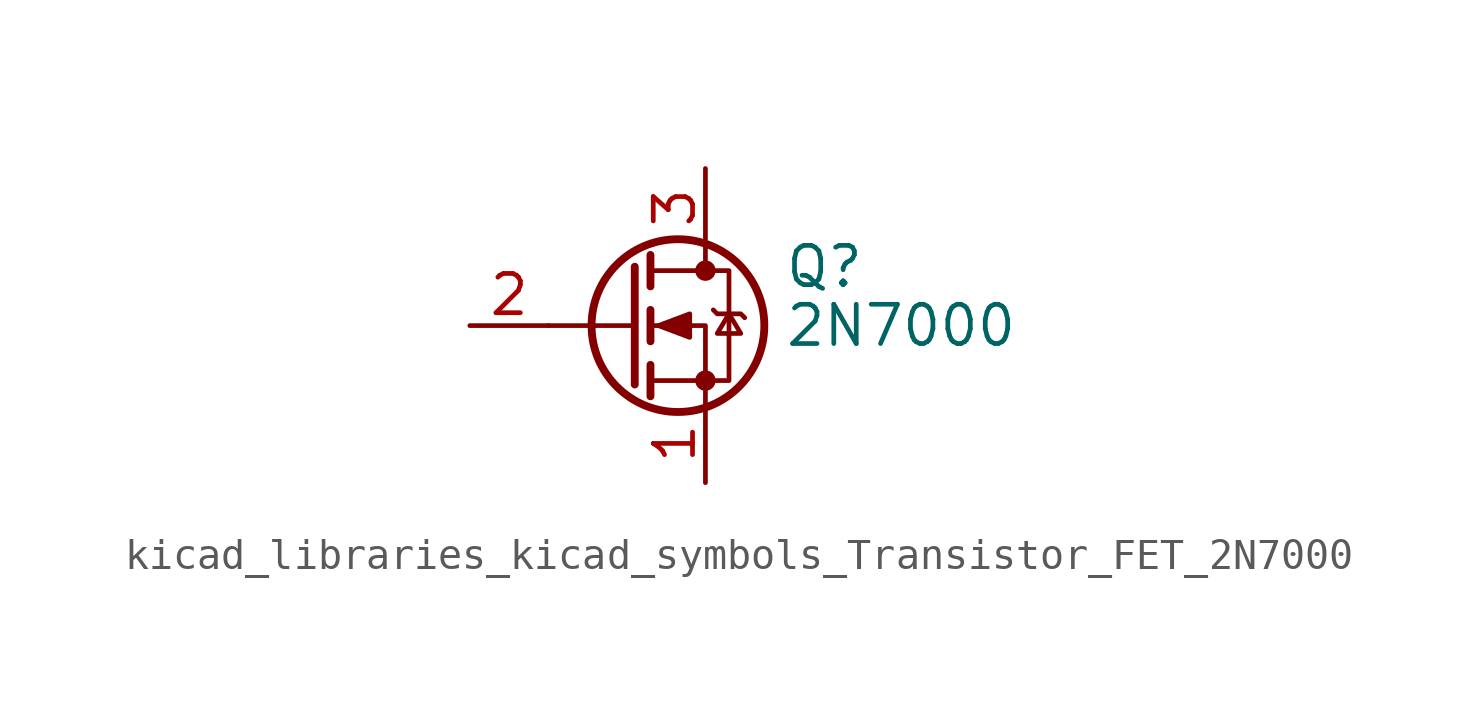
<source format=kicad_sym>
(kicad_symbol_lib
  (version 20220914)
  (generator kicad_symbol_editor)
  (symbol "kicad_libraries_kicad_symbols_Transistor_FET_2N7000"
    (pin_names hide)
    (property "Reference" "Q"
      (at 5.08 1.905 0)
      (effects (font (size 1.27 1.27)) (justify left)))
    (property "Value" "2N7000"
      (at 5.08 0 0)
      (effects (font (size 1.27 1.27)) (justify left)))
    (symbol "kicad_libraries_kicad_symbols_Transistor_FET_2N7000_0_1"
      (polyline (pts (xy 0.254 0) (xy -2.54 0)) (stroke (width 0) (type default)) (fill (type none)))
      (polyline (pts (xy 0.254 1.905) (xy 0.254 -1.905)) (stroke (width 0.254) (type default)) (fill (type none)))
      (polyline (pts (xy 0.762 -1.27) (xy 0.762 -2.286)) (stroke (width 0.254) (type default)) (fill (type none)))
      (polyline (pts (xy 0.762 0.508) (xy 0.762 -0.508)) (stroke (width 0.254) (type default)) (fill (type none)))
      (polyline (pts (xy 0.762 2.286) (xy 0.762 1.27)) (stroke (width 0.254) (type default)) (fill (type none)))
      (polyline (pts (xy 2.54 2.54) (xy 2.54 1.778)) (stroke (width 0) (type default)) (fill (type none)))
      (polyline (pts (xy 2.54 -2.54) (xy 2.54 0) (xy 0.762 0)) (stroke (width 0) (type default)) (fill (type none)))
      (polyline (pts (xy 0.762 -1.778) (xy 3.302 -1.778) (xy 3.302 1.778) (xy 0.762 1.778)) (stroke (width 0) (type default)) (fill (type none)))
      (polyline (pts (xy 1.016 0) (xy 2.032 0.381) (xy 2.032 -0.381) (xy 1.016 0)) (stroke (width 0) (type default)) (fill (type outline)))
      (polyline (pts (xy 2.794 0.508) (xy 2.921 0.381) (xy 3.683 0.381) (xy 3.81 0.254)) (stroke (width 0) (type default)) (fill (type none)))
      (polyline (pts (xy 3.302 0.381) (xy 2.921 -0.254) (xy 3.683 -0.254) (xy 3.302 0.381)) (stroke (width 0) (type default)) (fill (type none)))
      (circle (center 1.651 0) (radius 2.794) (stroke (width 0.254) (type default)) (fill (type none)))
      (circle (center 2.54 -1.778) (radius 0.254) (stroke (width 0) (type default)) (fill (type outline)))
      (circle (center 2.54 1.778) (radius 0.254) (stroke (width 0) (type default)) (fill (type outline))))
    (symbol "kicad_libraries_kicad_symbols_Transistor_FET_2N7000_1_1"
      (pin passive line (at 2.54 -5.08 90) (length 2.54) (name "S" (effects (font (size 1.27 1.27)))) (number "1" (effects (font (size 1.27 1.27)))))
      (pin input line (at -5.08 0 0) (length 2.54) (name "G" (effects (font (size 1.27 1.27)))) (number "2" (effects (font (size 1.27 1.27)))))
      (pin passive line (at 2.54 5.08 270) (length 2.54) (name "D" (effects (font (size 1.27 1.27)))) (number "3" (effects (font (size 1.27 1.27))))))))
</source>
